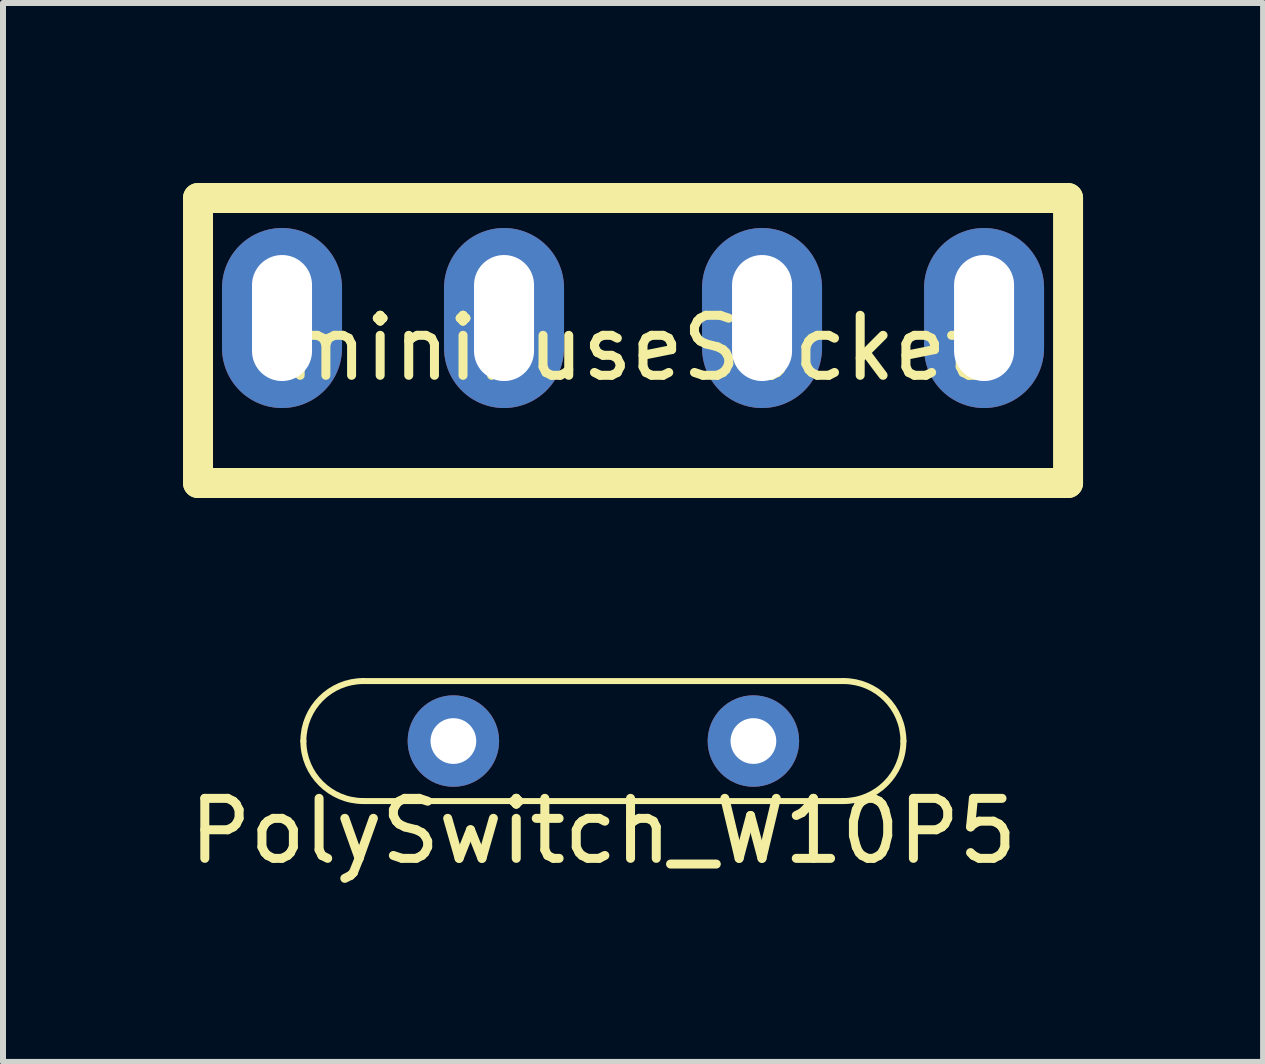
<source format=kicad_pcb>
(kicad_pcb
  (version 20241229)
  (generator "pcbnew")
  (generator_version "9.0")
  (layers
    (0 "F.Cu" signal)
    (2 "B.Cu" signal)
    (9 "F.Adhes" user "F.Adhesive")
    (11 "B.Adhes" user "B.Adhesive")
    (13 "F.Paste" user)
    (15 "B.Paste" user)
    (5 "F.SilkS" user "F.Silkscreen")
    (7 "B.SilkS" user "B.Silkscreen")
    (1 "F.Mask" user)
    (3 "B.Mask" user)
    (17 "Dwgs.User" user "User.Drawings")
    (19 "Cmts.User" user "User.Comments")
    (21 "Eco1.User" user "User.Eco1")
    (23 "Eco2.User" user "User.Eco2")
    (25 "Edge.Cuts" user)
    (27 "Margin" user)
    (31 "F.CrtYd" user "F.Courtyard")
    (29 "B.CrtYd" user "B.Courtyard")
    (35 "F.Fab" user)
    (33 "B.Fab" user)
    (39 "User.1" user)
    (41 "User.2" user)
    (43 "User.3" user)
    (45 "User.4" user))
  (footprint "miniFuseSocket"
    (layer "F.Cu")
    (at 7.5 2.25)
    (property "Reference" "miniFuseSocket" (at 0 0.5 0) (layer "F.SilkS") (effects (font (size 1 1) (thickness 0.15))))
    (attr through_hole)
    (fp_line (start -7.25 -2) (end -7.25 2.75) (stroke (width 0.5) (type solid)) (layer "F.SilkS"))
    (fp_line (start -5.85 -0.6) (end -5.85 0.6) (stroke (width 0.5) (type solid)) (layer "F.SilkS"))
    (fp_line (start -2.15 -0.6) (end -2.15 0.6) (stroke (width 0.5) (type solid)) (layer "F.SilkS"))
    (fp_line (start 2.15 -0.6) (end 2.15 0.6) (stroke (width 0.5) (type solid)) (layer "F.SilkS"))
    (fp_line (start 5.85 -0.6) (end 5.85 0.6) (stroke (width 0.5) (type solid)) (layer "F.SilkS"))
    (fp_line (start 7.25 -2) (end -7.25 -2) (stroke (width 0.5) (type solid)) (layer "F.SilkS"))
    (fp_line (start 7.25 2.75) (end -7.25 2.75) (stroke (width 0.5) (type solid)) (layer "F.SilkS"))
    (fp_line (start 7.25 2.75) (end 7.25 -2) (stroke (width 0.5) (type solid)) (layer "F.SilkS"))
    (pad "1" thru_hole oval (at -5.85 0) (size 2 3) (drill oval 1 2.1) (layers "*.Cu" "*.Mask"))
    (pad "1" thru_hole oval (at -2.15 0) (size 2 3) (drill oval 1 2.1) (layers "*.Cu" "*.Mask"))
    (pad "2" thru_hole oval (at 2.15 0) (size 2 3) (drill oval 1 2.1) (layers "*.Cu" "*.Mask"))
    (pad "2" thru_hole oval (at 5.85 0) (size 2 3) (drill oval 1 2.1) (layers "*.Cu" "*.Mask")))
  (footprint "PolySwitch_W10P5"
    (layer "F.Cu")
    (at 7.006 9.3)
    (property "Reference" "PolySwitch_W10P5" (at 0 1.5 0) (layer "F.SilkS") (effects (font (size 1 1) (thickness 0.15))))
    (attr through_hole)
    (fp_line (start -4 -1) (end 4 -1) (stroke (width 0.1) (type solid)) (layer "F.SilkS"))
    (fp_line (start 4 1) (end -4 1) (stroke (width 0.1) (type solid)) (layer "F.SilkS"))
    (fp_arc (start -5 0) (mid -4.707107 -0.707107) (end -4 -1) (stroke (width 0.1) (type solid)) (layer "F.SilkS"))
    (fp_arc (start -4 1) (mid -4.707107 0.707107) (end -5 0) (stroke (width 0.1) (type solid)) (layer "F.SilkS"))
    (fp_arc (start 4 -1) (mid 4.707107 -0.707107) (end 5 0) (stroke (width 0.1) (type solid)) (layer "F.SilkS"))
    (fp_arc (start 5 0) (mid 4.707107 0.707107) (end 4 1) (stroke (width 0.1) (type solid)) (layer "F.SilkS"))
    (pad "1" thru_hole circle (at -2.5 0) (size 1.524 1.524) (drill 0.762) (layers "*.Cu" "*.Mask"))
    (pad "2" thru_hole circle (at 2.5 0) (size 1.524 1.524) (drill 0.762) (layers "*.Cu" "*.Mask")))
  (gr_rect
    (start -3 -3)
    (end 18 14.648)
    (stroke (width 0.1) (type default))
    (fill no)
    (layer "Edge.Cuts")))
</source>
